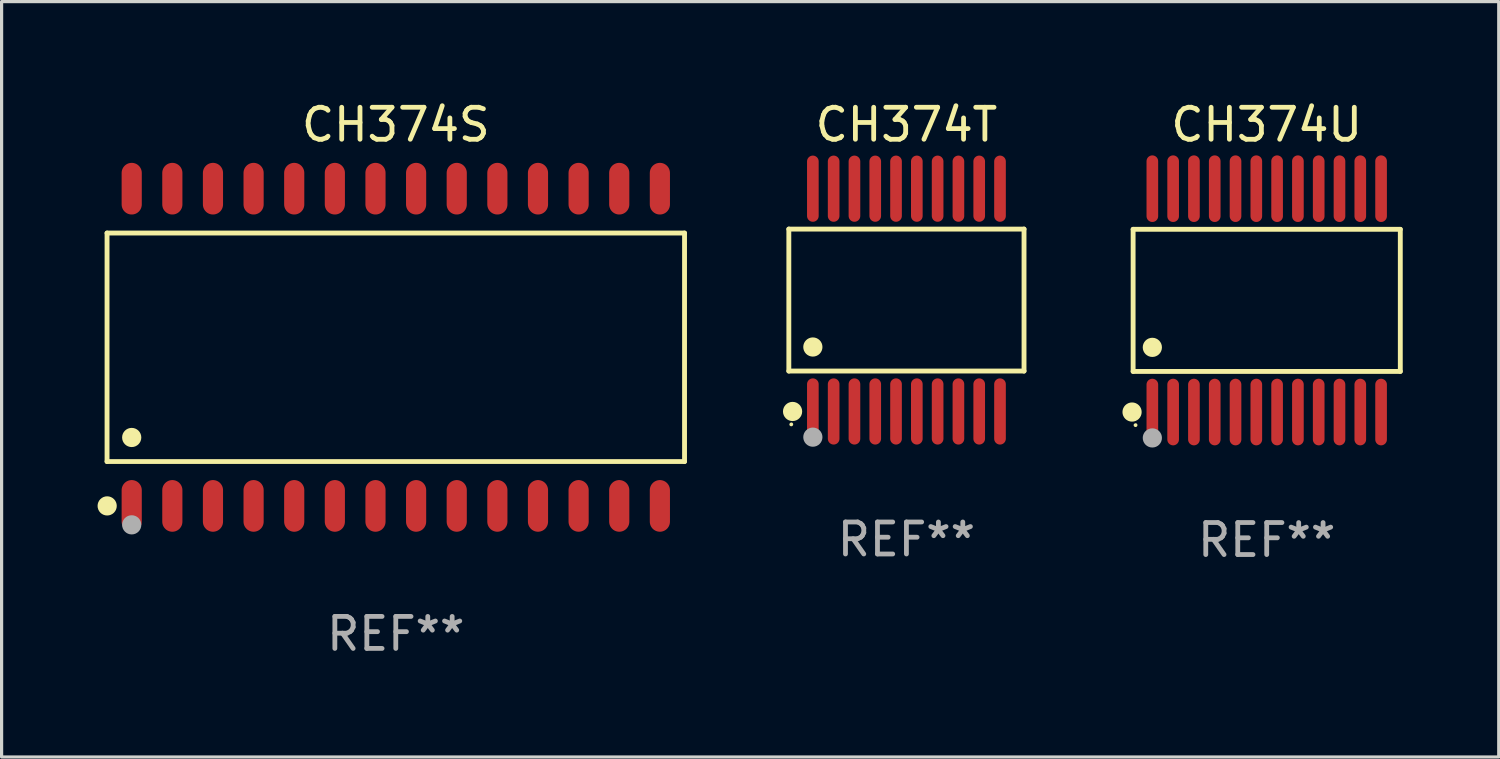
<source format=kicad_pcb>
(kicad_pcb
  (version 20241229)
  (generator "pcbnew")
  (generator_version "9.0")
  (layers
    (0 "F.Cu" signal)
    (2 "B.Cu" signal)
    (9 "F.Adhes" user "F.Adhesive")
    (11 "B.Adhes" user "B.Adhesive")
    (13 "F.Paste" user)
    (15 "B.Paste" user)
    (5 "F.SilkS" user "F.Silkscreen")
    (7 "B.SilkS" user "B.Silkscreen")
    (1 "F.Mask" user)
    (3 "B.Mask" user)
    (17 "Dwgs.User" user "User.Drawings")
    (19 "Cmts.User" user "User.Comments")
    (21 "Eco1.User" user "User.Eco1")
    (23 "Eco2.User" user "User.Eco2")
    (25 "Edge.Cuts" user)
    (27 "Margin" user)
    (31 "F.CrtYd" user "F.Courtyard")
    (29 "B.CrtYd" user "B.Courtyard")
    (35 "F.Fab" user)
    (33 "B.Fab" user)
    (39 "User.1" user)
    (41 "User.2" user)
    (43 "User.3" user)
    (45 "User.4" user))
  (footprint "CH374S"
    (layer "F.Cu")
    (at 9.322 7.806)
    (property "Reference" "CH374S" (at 0 -6.958 0) (layer "F.SilkS") (effects (font (size 1 1) (thickness 0.15))))
    (attr through_hole)
    (fp_line (start -9.026 -3.571) (end 9.026 -3.571) (stroke (width 0.152) (type solid)) (layer "F.SilkS"))
    (fp_line (start -9.026 3.571) (end -9.026 -3.571) (stroke (width 0.152) (type solid)) (layer "F.SilkS"))
    (fp_line (start 9.026 -3.571) (end 9.026 3.571) (stroke (width 0.152) (type solid)) (layer "F.SilkS"))
    (fp_line (start 9.026 3.571) (end -9.026 3.571) (stroke (width 0.152) (type solid)) (layer "F.SilkS"))
    (fp_circle (center -9.022 4.958) (end -8.872 4.958) (stroke (width 0.3) (type solid)) (fill no) (layer "F.SilkS"))
    (fp_circle (center -8.95 5.15) (end -8.92 5.15) (stroke (width 0.06) (type solid)) (fill no) (layer "F.SilkS"))
    (fp_circle (center -8.255 2.819) (end -8.105 2.819) (stroke (width 0.3) (type solid)) (fill no) (layer "F.SilkS"))
    (fp_circle (center -8.255 5.55) (end -8.105 5.55) (stroke (width 0.3) (type solid)) (fill no) (layer "F.Fab"))
    (fp_text user "REF**" (at 0 8.958 0) (layer "F.Fab") (effects (font (size 1 1) (thickness 0.15))))
    (pad "1" smd oval (at -8.255 4.958) (size 0.63 1.615) (layers "F.Cu" "F.Mask" "F.Paste"))
    (pad "2" smd oval (at -6.985 4.958) (size 0.63 1.615) (layers "F.Cu" "F.Mask" "F.Paste"))
    (pad "3" smd oval (at -5.715 4.958) (size 0.63 1.615) (layers "F.Cu" "F.Mask" "F.Paste"))
    (pad "4" smd oval (at -4.445 4.958) (size 0.63 1.615) (layers "F.Cu" "F.Mask" "F.Paste"))
    (pad "5" smd oval (at -3.175 4.958) (size 0.63 1.615) (layers "F.Cu" "F.Mask" "F.Paste"))
    (pad "6" smd oval (at -1.905 4.958) (size 0.63 1.615) (layers "F.Cu" "F.Mask" "F.Paste"))
    (pad "7" smd oval (at -0.635 4.958) (size 0.63 1.615) (layers "F.Cu" "F.Mask" "F.Paste"))
    (pad "8" smd oval (at 0.635 4.958) (size 0.63 1.615) (layers "F.Cu" "F.Mask" "F.Paste"))
    (pad "9" smd oval (at 1.905 4.958) (size 0.63 1.615) (layers "F.Cu" "F.Mask" "F.Paste"))
    (pad "10" smd oval (at 3.175 4.958) (size 0.63 1.615) (layers "F.Cu" "F.Mask" "F.Paste"))
    (pad "11" smd oval (at 4.445 4.958) (size 0.63 1.615) (layers "F.Cu" "F.Mask" "F.Paste"))
    (pad "12" smd oval (at 5.715 4.958) (size 0.63 1.615) (layers "F.Cu" "F.Mask" "F.Paste"))
    (pad "13" smd oval (at 6.985 4.958) (size 0.63 1.615) (layers "F.Cu" "F.Mask" "F.Paste"))
    (pad "14" smd oval (at 8.255 4.958) (size 0.63 1.615) (layers "F.Cu" "F.Mask" "F.Paste"))
    (pad "15" smd oval (at 8.255 -4.958) (size 0.63 1.615) (layers "F.Cu" "F.Mask" "F.Paste"))
    (pad "16" smd oval (at 6.985 -4.958) (size 0.63 1.615) (layers "F.Cu" "F.Mask" "F.Paste"))
    (pad "17" smd oval (at 5.715 -4.958) (size 0.63 1.615) (layers "F.Cu" "F.Mask" "F.Paste"))
    (pad "18" smd oval (at 4.445 -4.958) (size 0.63 1.615) (layers "F.Cu" "F.Mask" "F.Paste"))
    (pad "19" smd oval (at 3.175 -4.958) (size 0.63 1.615) (layers "F.Cu" "F.Mask" "F.Paste"))
    (pad "20" smd oval (at 1.905 -4.958) (size 0.63 1.615) (layers "F.Cu" "F.Mask" "F.Paste"))
    (pad "21" smd oval (at 0.635 -4.958) (size 0.63 1.615) (layers "F.Cu" "F.Mask" "F.Paste"))
    (pad "22" smd oval (at -0.635 -4.958) (size 0.63 1.615) (layers "F.Cu" "F.Mask" "F.Paste"))
    (pad "23" smd oval (at -1.905 -4.958) (size 0.63 1.615) (layers "F.Cu" "F.Mask" "F.Paste"))
    (pad "24" smd oval (at -3.175 -4.958) (size 0.63 1.615) (layers "F.Cu" "F.Mask" "F.Paste"))
    (pad "25" smd oval (at -4.445 -4.958) (size 0.63 1.615) (layers "F.Cu" "F.Mask" "F.Paste"))
    (pad "26" smd oval (at -5.715 -4.958) (size 0.63 1.615) (layers "F.Cu" "F.Mask" "F.Paste"))
    (pad "27" smd oval (at -6.985 -4.958) (size 0.63 1.615) (layers "F.Cu" "F.Mask" "F.Paste"))
    (pad "28" smd oval (at -8.255 -4.958) (size 0.63 1.615) (layers "F.Cu" "F.Mask" "F.Paste")))
  (footprint "CH374T"
    (layer "F.Cu")
    (at 25.284 6.33)
    (property "Reference" "CH374T" (at 0 -5.482 0) (layer "F.SilkS") (effects (font (size 1 1) (thickness 0.15))))
    (attr through_hole)
    (fp_line (start -3.676 -2.219) (end 3.676 -2.219) (stroke (width 0.152) (type solid)) (layer "F.SilkS"))
    (fp_line (start -3.676 2.219) (end -3.676 -2.219) (stroke (width 0.152) (type solid)) (layer "F.SilkS"))
    (fp_line (start 3.676 -2.219) (end 3.676 2.219) (stroke (width 0.152) (type solid)) (layer "F.SilkS"))
    (fp_line (start 3.676 2.219) (end -3.676 2.219) (stroke (width 0.152) (type solid)) (layer "F.SilkS"))
    (fp_circle (center -3.6 3.885) (end -3.57 3.885) (stroke (width 0.06) (type solid)) (fill no) (layer "F.SilkS"))
    (fp_circle (center -3.559 3.482) (end -3.409 3.482) (stroke (width 0.3) (type solid)) (fill no) (layer "F.SilkS"))
    (fp_circle (center -2.925 1.467) (end -2.775 1.467) (stroke (width 0.3) (type solid)) (fill no) (layer "F.SilkS"))
    (fp_circle (center -2.925 4.285) (end -2.775 4.285) (stroke (width 0.3) (type solid)) (fill no) (layer "F.Fab"))
    (fp_text user "REF**" (at 0 7.482 0) (layer "F.Fab") (effects (font (size 1 1) (thickness 0.15))))
    (pad "1" smd oval (at -2.925 3.482) (size 0.364 2.069) (layers "F.Cu" "F.Mask" "F.Paste"))
    (pad "2" smd oval (at -2.275 3.482) (size 0.364 2.069) (layers "F.Cu" "F.Mask" "F.Paste"))
    (pad "3" smd oval (at -1.625 3.482) (size 0.364 2.069) (layers "F.Cu" "F.Mask" "F.Paste"))
    (pad "4" smd oval (at -0.975 3.482) (size 0.364 2.069) (layers "F.Cu" "F.Mask" "F.Paste"))
    (pad "5" smd oval (at -0.325 3.482) (size 0.364 2.069) (layers "F.Cu" "F.Mask" "F.Paste"))
    (pad "6" smd oval (at 0.325 3.482) (size 0.364 2.069) (layers "F.Cu" "F.Mask" "F.Paste"))
    (pad "7" smd oval (at 0.975 3.482) (size 0.364 2.069) (layers "F.Cu" "F.Mask" "F.Paste"))
    (pad "8" smd oval (at 1.625 3.482) (size 0.364 2.069) (layers "F.Cu" "F.Mask" "F.Paste"))
    (pad "9" smd oval (at 2.275 3.482) (size 0.364 2.069) (layers "F.Cu" "F.Mask" "F.Paste"))
    (pad "10" smd oval (at 2.925 3.482) (size 0.364 2.069) (layers "F.Cu" "F.Mask" "F.Paste"))
    (pad "11" smd oval (at 2.925 -3.482) (size 0.364 2.069) (layers "F.Cu" "F.Mask" "F.Paste"))
    (pad "12" smd oval (at 2.275 -3.482) (size 0.364 2.069) (layers "F.Cu" "F.Mask" "F.Paste"))
    (pad "13" smd oval (at 1.625 -3.482) (size 0.364 2.069) (layers "F.Cu" "F.Mask" "F.Paste"))
    (pad "14" smd oval (at 0.975 -3.482) (size 0.364 2.069) (layers "F.Cu" "F.Mask" "F.Paste"))
    (pad "15" smd oval (at 0.325 -3.482) (size 0.364 2.069) (layers "F.Cu" "F.Mask" "F.Paste"))
    (pad "16" smd oval (at -0.325 -3.482) (size 0.364 2.069) (layers "F.Cu" "F.Mask" "F.Paste"))
    (pad "17" smd oval (at -0.975 -3.482) (size 0.364 2.069) (layers "F.Cu" "F.Mask" "F.Paste"))
    (pad "18" smd oval (at -1.625 -3.482) (size 0.364 2.069) (layers "F.Cu" "F.Mask" "F.Paste"))
    (pad "19" smd oval (at -2.275 -3.482) (size 0.364 2.069) (layers "F.Cu" "F.Mask" "F.Paste"))
    (pad "20" smd oval (at -2.925 -3.482) (size 0.364 2.069) (layers "F.Cu" "F.Mask" "F.Paste")))
  (footprint "CH374U"
    (layer "F.Cu")
    (at 36.546 6.339)
    (property "Reference" "CH374U" (at 0 -5.491 0) (layer "F.SilkS") (effects (font (size 1 1) (thickness 0.15))))
    (attr through_hole)
    (fp_line (start -4.176 -2.221) (end 4.176 -2.221) (stroke (width 0.152) (type solid)) (layer "F.SilkS"))
    (fp_line (start -4.176 2.221) (end -4.176 -2.221) (stroke (width 0.152) (type solid)) (layer "F.SilkS"))
    (fp_line (start 4.176 -2.221) (end 4.176 2.221) (stroke (width 0.152) (type solid)) (layer "F.SilkS"))
    (fp_line (start 4.176 2.221) (end -4.176 2.221) (stroke (width 0.152) (type solid)) (layer "F.SilkS"))
    (fp_circle (center -4.209 3.491) (end -4.059 3.491) (stroke (width 0.3) (type solid)) (fill no) (layer "F.SilkS"))
    (fp_circle (center -4.1 3.9) (end -4.07 3.9) (stroke (width 0.06) (type solid)) (fill no) (layer "F.SilkS"))
    (fp_circle (center -3.575 1.469) (end -3.425 1.469) (stroke (width 0.3) (type solid)) (fill no) (layer "F.SilkS"))
    (fp_circle (center -3.575 4.3) (end -3.425 4.3) (stroke (width 0.3) (type solid)) (fill no) (layer "F.Fab"))
    (fp_text user "REF**" (at 0 7.491 0) (layer "F.Fab") (effects (font (size 1 1) (thickness 0.15))))
    (pad "1" smd oval (at -3.575 3.491) (size 0.364 2.082) (layers "F.Cu" "F.Mask" "F.Paste"))
    (pad "2" smd oval (at -2.925 3.491) (size 0.364 2.082) (layers "F.Cu" "F.Mask" "F.Paste"))
    (pad "3" smd oval (at -2.275 3.491) (size 0.364 2.082) (layers "F.Cu" "F.Mask" "F.Paste"))
    (pad "4" smd oval (at -1.625 3.491) (size 0.364 2.082) (layers "F.Cu" "F.Mask" "F.Paste"))
    (pad "5" smd oval (at -0.975 3.491) (size 0.364 2.082) (layers "F.Cu" "F.Mask" "F.Paste"))
    (pad "6" smd oval (at -0.325 3.491) (size 0.364 2.082) (layers "F.Cu" "F.Mask" "F.Paste"))
    (pad "7" smd oval (at 0.325 3.491) (size 0.364 2.082) (layers "F.Cu" "F.Mask" "F.Paste"))
    (pad "8" smd oval (at 0.975 3.491) (size 0.364 2.082) (layers "F.Cu" "F.Mask" "F.Paste"))
    (pad "9" smd oval (at 1.625 3.491) (size 0.364 2.082) (layers "F.Cu" "F.Mask" "F.Paste"))
    (pad "10" smd oval (at 2.275 3.491) (size 0.364 2.082) (layers "F.Cu" "F.Mask" "F.Paste"))
    (pad "11" smd oval (at 2.925 3.491) (size 0.364 2.082) (layers "F.Cu" "F.Mask" "F.Paste"))
    (pad "12" smd oval (at 3.575 3.491) (size 0.364 2.082) (layers "F.Cu" "F.Mask" "F.Paste"))
    (pad "13" smd oval (at 3.575 -3.491) (size 0.364 2.082) (layers "F.Cu" "F.Mask" "F.Paste"))
    (pad "14" smd oval (at 2.925 -3.491) (size 0.364 2.082) (layers "F.Cu" "F.Mask" "F.Paste"))
    (pad "15" smd oval (at 2.275 -3.491) (size 0.364 2.082) (layers "F.Cu" "F.Mask" "F.Paste"))
    (pad "16" smd oval (at 1.625 -3.491) (size 0.364 2.082) (layers "F.Cu" "F.Mask" "F.Paste"))
    (pad "17" smd oval (at 0.975 -3.491) (size 0.364 2.082) (layers "F.Cu" "F.Mask" "F.Paste"))
    (pad "18" smd oval (at 0.325 -3.491) (size 0.364 2.082) (layers "F.Cu" "F.Mask" "F.Paste"))
    (pad "19" smd oval (at -0.325 -3.491) (size 0.364 2.082) (layers "F.Cu" "F.Mask" "F.Paste"))
    (pad "20" smd oval (at -0.975 -3.491) (size 0.364 2.082) (layers "F.Cu" "F.Mask" "F.Paste"))
    (pad "21" smd oval (at -1.625 -3.491) (size 0.364 2.082) (layers "F.Cu" "F.Mask" "F.Paste"))
    (pad "22" smd oval (at -2.275 -3.491) (size 0.364 2.082) (layers "F.Cu" "F.Mask" "F.Paste"))
    (pad "23" smd oval (at -2.925 -3.491) (size 0.364 2.082) (layers "F.Cu" "F.Mask" "F.Paste"))
    (pad "24" smd oval (at -3.575 -3.491) (size 0.364 2.082) (layers "F.Cu" "F.Mask" "F.Paste")))
  (gr_rect
    (start -3 -3)
    (end 43.799 20.612)
    (stroke (width 0.1) (type default))
    (fill no)
    (layer "Edge.Cuts")))
</source>
